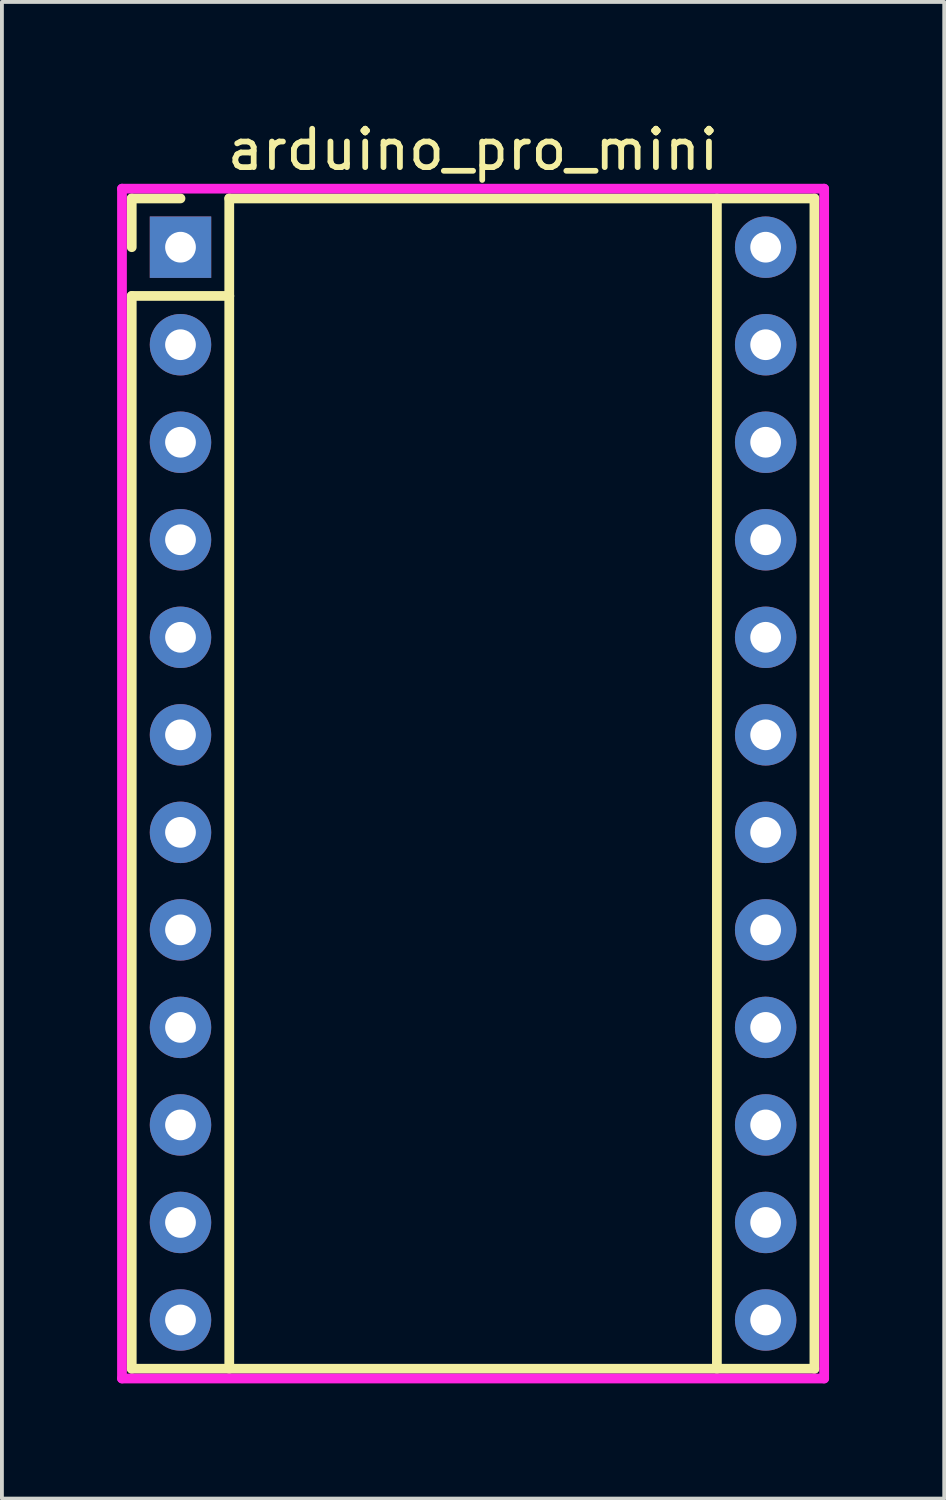
<source format=kicad_pcb>
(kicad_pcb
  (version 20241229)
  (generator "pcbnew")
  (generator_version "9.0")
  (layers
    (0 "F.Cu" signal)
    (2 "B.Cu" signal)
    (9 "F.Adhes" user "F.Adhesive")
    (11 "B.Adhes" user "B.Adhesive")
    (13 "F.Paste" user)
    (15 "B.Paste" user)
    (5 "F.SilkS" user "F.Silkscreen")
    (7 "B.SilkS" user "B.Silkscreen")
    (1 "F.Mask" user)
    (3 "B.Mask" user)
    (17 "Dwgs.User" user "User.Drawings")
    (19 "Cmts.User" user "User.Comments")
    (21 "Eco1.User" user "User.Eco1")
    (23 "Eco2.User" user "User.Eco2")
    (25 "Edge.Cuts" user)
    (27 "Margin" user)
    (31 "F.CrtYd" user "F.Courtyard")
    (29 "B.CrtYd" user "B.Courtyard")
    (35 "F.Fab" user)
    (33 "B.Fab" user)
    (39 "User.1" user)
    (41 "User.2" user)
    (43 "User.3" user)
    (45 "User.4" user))
  (footprint "arduino_pro_mini"
    (layer "F.Cu")
    (at 1.651 3.388)
    (property "Reference" "arduino_pro_mini" (at 7.62 -2.54 0) (layer "F.SilkS") (effects (font (size 1 1) (thickness 0.15))))
    (attr through_hole)
    (fp_line (start -1.27 -1.27) (end -1.27 0) (stroke (width 0.254) (type solid)) (layer "F.SilkS"))
    (fp_line (start -1.27 1.27) (end -1.27 29.21) (stroke (width 0.254) (type solid)) (layer "F.SilkS"))
    (fp_line (start 0 -1.27) (end -1.27 -1.27) (stroke (width 0.254) (type solid)) (layer "F.SilkS"))
    (fp_line (start 1.27 -1.27) (end 1.27 1.27) (stroke (width 0.254) (type solid)) (layer "F.SilkS"))
    (fp_line (start 1.27 1.27) (end -1.27 1.27) (stroke (width 0.254) (type solid)) (layer "F.SilkS"))
    (fp_line (start 1.27 29.21) (end 1.27 1.27) (stroke (width 0.254) (type solid)) (layer "F.SilkS"))
    (fp_line (start 13.97 -1.27) (end 13.97 29.21) (stroke (width 0.254) (type solid)) (layer "F.SilkS"))
    (fp_line (start 16.51 -1.27) (end 1.27 -1.27) (stroke (width 0.254) (type solid)) (layer "F.SilkS"))
    (fp_line (start 16.51 -1.27) (end 16.51 29.21) (stroke (width 0.254) (type solid)) (layer "F.SilkS"))
    (fp_line (start 16.51 29.21) (end -1.27 29.21) (stroke (width 0.254) (type solid)) (layer "F.SilkS"))
    (fp_line (start -1.524 -1.524) (end 16.764 -1.524) (stroke (width 0.254) (type solid)) (layer "F.CrtYd"))
    (fp_line (start -1.524 29.464) (end -1.524 -1.524) (stroke (width 0.254) (type solid)) (layer "F.CrtYd"))
    (fp_line (start 16.764 -1.524) (end 16.764 29.464) (stroke (width 0.254) (type solid)) (layer "F.CrtYd"))
    (fp_line (start 16.764 29.464) (end -1.524 29.464) (stroke (width 0.254) (type solid)) (layer "F.CrtYd"))
    (pad "1" thru_hole rect (at 0 0) (size 1.6 1.6) (drill 0.8) (layers "*.Cu" "*.Mask"))
    (pad "2" thru_hole oval (at 0 2.54) (size 1.6 1.6) (drill 0.8) (layers "*.Cu" "*.Mask"))
    (pad "3" thru_hole oval (at 0 5.08) (size 1.6 1.6) (drill 0.8) (layers "*.Cu" "*.Mask"))
    (pad "4" thru_hole oval (at 0 7.62) (size 1.6 1.6) (drill 0.8) (layers "*.Cu" "*.Mask"))
    (pad "5" thru_hole oval (at 0 10.16) (size 1.6 1.6) (drill 0.8) (layers "*.Cu" "*.Mask"))
    (pad "6" thru_hole oval (at 0 12.7) (size 1.6 1.6) (drill 0.8) (layers "*.Cu" "*.Mask"))
    (pad "7" thru_hole oval (at 0 15.24) (size 1.6 1.6) (drill 0.8) (layers "*.Cu" "*.Mask"))
    (pad "8" thru_hole oval (at 0 17.78) (size 1.6 1.6) (drill 0.8) (layers "*.Cu" "*.Mask"))
    (pad "9" thru_hole oval (at 0 20.32) (size 1.6 1.6) (drill 0.8) (layers "*.Cu" "*.Mask"))
    (pad "10" thru_hole oval (at 0 22.86) (size 1.6 1.6) (drill 0.8) (layers "*.Cu" "*.Mask"))
    (pad "11" thru_hole oval (at 0 25.4) (size 1.6 1.6) (drill 0.8) (layers "*.Cu" "*.Mask"))
    (pad "12" thru_hole oval (at 0 27.94) (size 1.6 1.6) (drill 0.8) (layers "*.Cu" "*.Mask"))
    (pad "13" thru_hole oval (at 15.24 27.94) (size 1.6 1.6) (drill 0.8) (layers "*.Cu" "*.Mask"))
    (pad "14" thru_hole oval (at 15.24 25.4) (size 1.6 1.6) (drill 0.8) (layers "*.Cu" "*.Mask"))
    (pad "15" thru_hole oval (at 15.24 22.86) (size 1.6 1.6) (drill 0.8) (layers "*.Cu" "*.Mask"))
    (pad "16" thru_hole oval (at 15.24 20.32) (size 1.6 1.6) (drill 0.8) (layers "*.Cu" "*.Mask"))
    (pad "17" thru_hole oval (at 15.24 17.78) (size 1.6 1.6) (drill 0.8) (layers "*.Cu" "*.Mask"))
    (pad "18" thru_hole oval (at 15.24 15.24) (size 1.6 1.6) (drill 0.8) (layers "*.Cu" "*.Mask"))
    (pad "19" thru_hole oval (at 15.24 12.7) (size 1.6 1.6) (drill 0.8) (layers "*.Cu" "*.Mask"))
    (pad "20" thru_hole oval (at 15.24 10.16) (size 1.6 1.6) (drill 0.8) (layers "*.Cu" "*.Mask"))
    (pad "21" thru_hole oval (at 15.24 7.62) (size 1.6 1.6) (drill 0.8) (layers "*.Cu" "*.Mask"))
    (pad "22" thru_hole oval (at 15.24 5.08) (size 1.6 1.6) (drill 0.8) (layers "*.Cu" "*.Mask"))
    (pad "23" thru_hole oval (at 15.24 2.54) (size 1.6 1.6) (drill 0.8) (layers "*.Cu" "*.Mask"))
    (pad "24" thru_hole oval (at 15.24 0) (size 1.6 1.6) (drill 0.8) (layers "*.Cu" "*.Mask")))
  (gr_rect
    (start -3 -3)
    (end 21.542 35.979)
    (stroke (width 0.1) (type default))
    (fill no)
    (layer "Edge.Cuts")))
</source>
